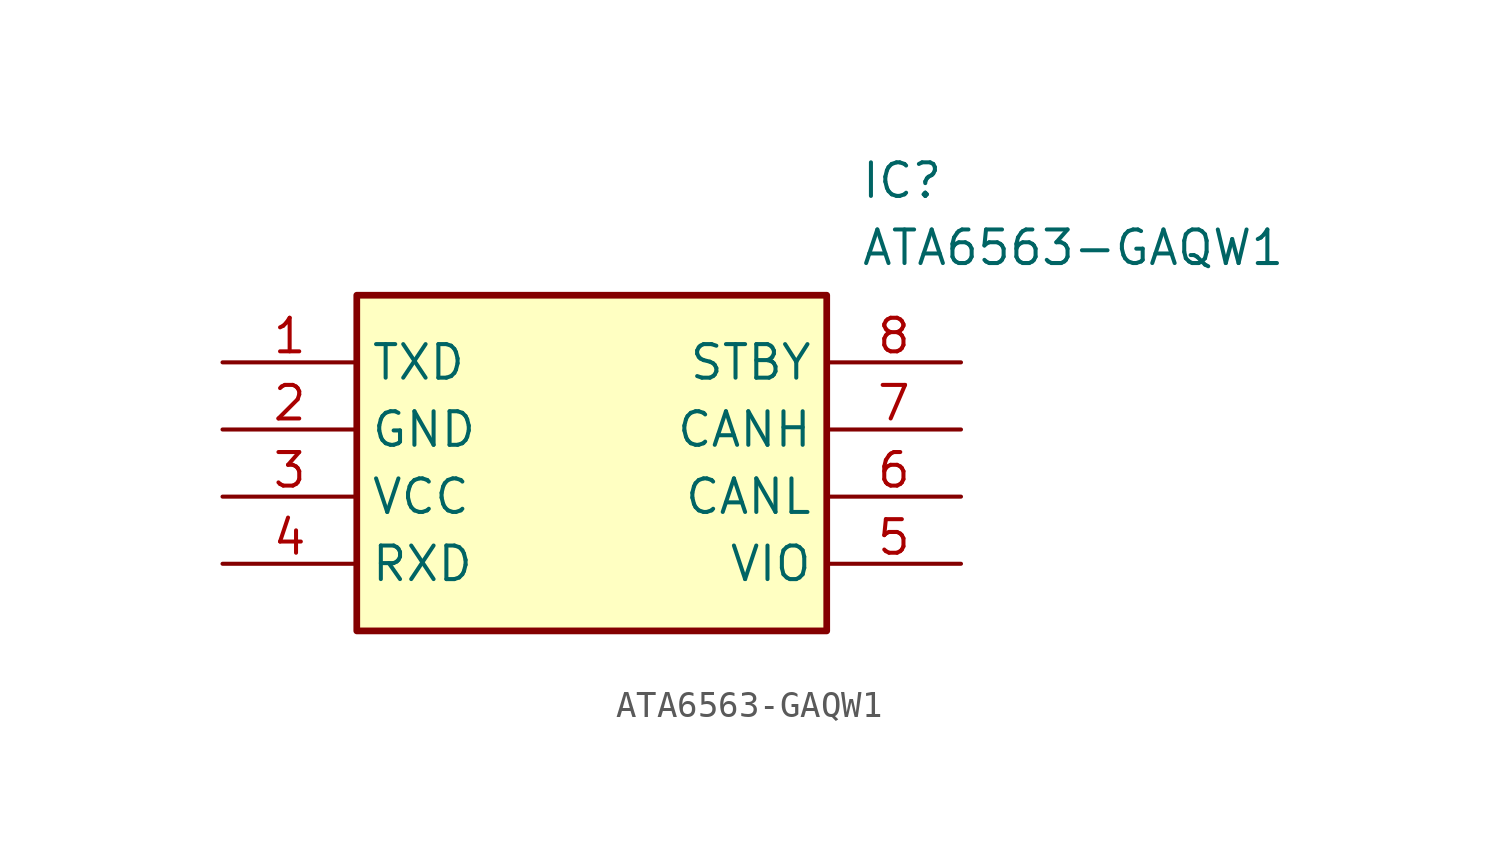
<source format=kicad_sym>
(kicad_symbol_lib
  (version 20211014)
  (generator SamacSys_ECAD_Model)
  (symbol "ATA6563-GAQW1"
    (property "Reference" "IC"
      (at 24.13 7.62 0)
      (effects (font (size 1.27 1.27)) (justify left top)))
    (property "Value" "ATA6563-GAQW1"
      (at 24.13 5.08 0)
      (effects (font (size 1.27 1.27)) (justify left top)))
    (rectangle
      (start 5.08 2.54)
      (end 22.86 -10.16)
      (stroke (width 0.254) (type default))
      (fill (type background)))
    (pin passive line
      (at 0 0 0)
      (length 5.08)
      (name "TXD" (effects (font (size 1.27 1.27))))
      (number "1" (effects (font (size 1.27 1.27)))))
    (pin passive line
      (at 0 -2.54 0)
      (length 5.08)
      (name "GND" (effects (font (size 1.27 1.27))))
      (number "2" (effects (font (size 1.27 1.27)))))
    (pin passive line
      (at 0 -5.08 0)
      (length 5.08)
      (name "VCC" (effects (font (size 1.27 1.27))))
      (number "3" (effects (font (size 1.27 1.27)))))
    (pin passive line
      (at 0 -7.62 0)
      (length 5.08)
      (name "RXD" (effects (font (size 1.27 1.27))))
      (number "4" (effects (font (size 1.27 1.27)))))
    (pin passive line
      (at 27.94 0 180)
      (length 5.08)
      (name "STBY" (effects (font (size 1.27 1.27))))
      (number "8" (effects (font (size 1.27 1.27)))))
    (pin passive line
      (at 27.94 -2.54 180)
      (length 5.08)
      (name "CANH" (effects (font (size 1.27 1.27))))
      (number "7" (effects (font (size 1.27 1.27)))))
    (pin passive line
      (at 27.94 -5.08 180)
      (length 5.08)
      (name "CANL" (effects (font (size 1.27 1.27))))
      (number "6" (effects (font (size 1.27 1.27)))))
    (pin passive line
      (at 27.94 -7.62 180)
      (length 5.08)
      (name "VIO" (effects (font (size 1.27 1.27))))
      (number "5" (effects (font (size 1.27 1.27)))))))
</source>
